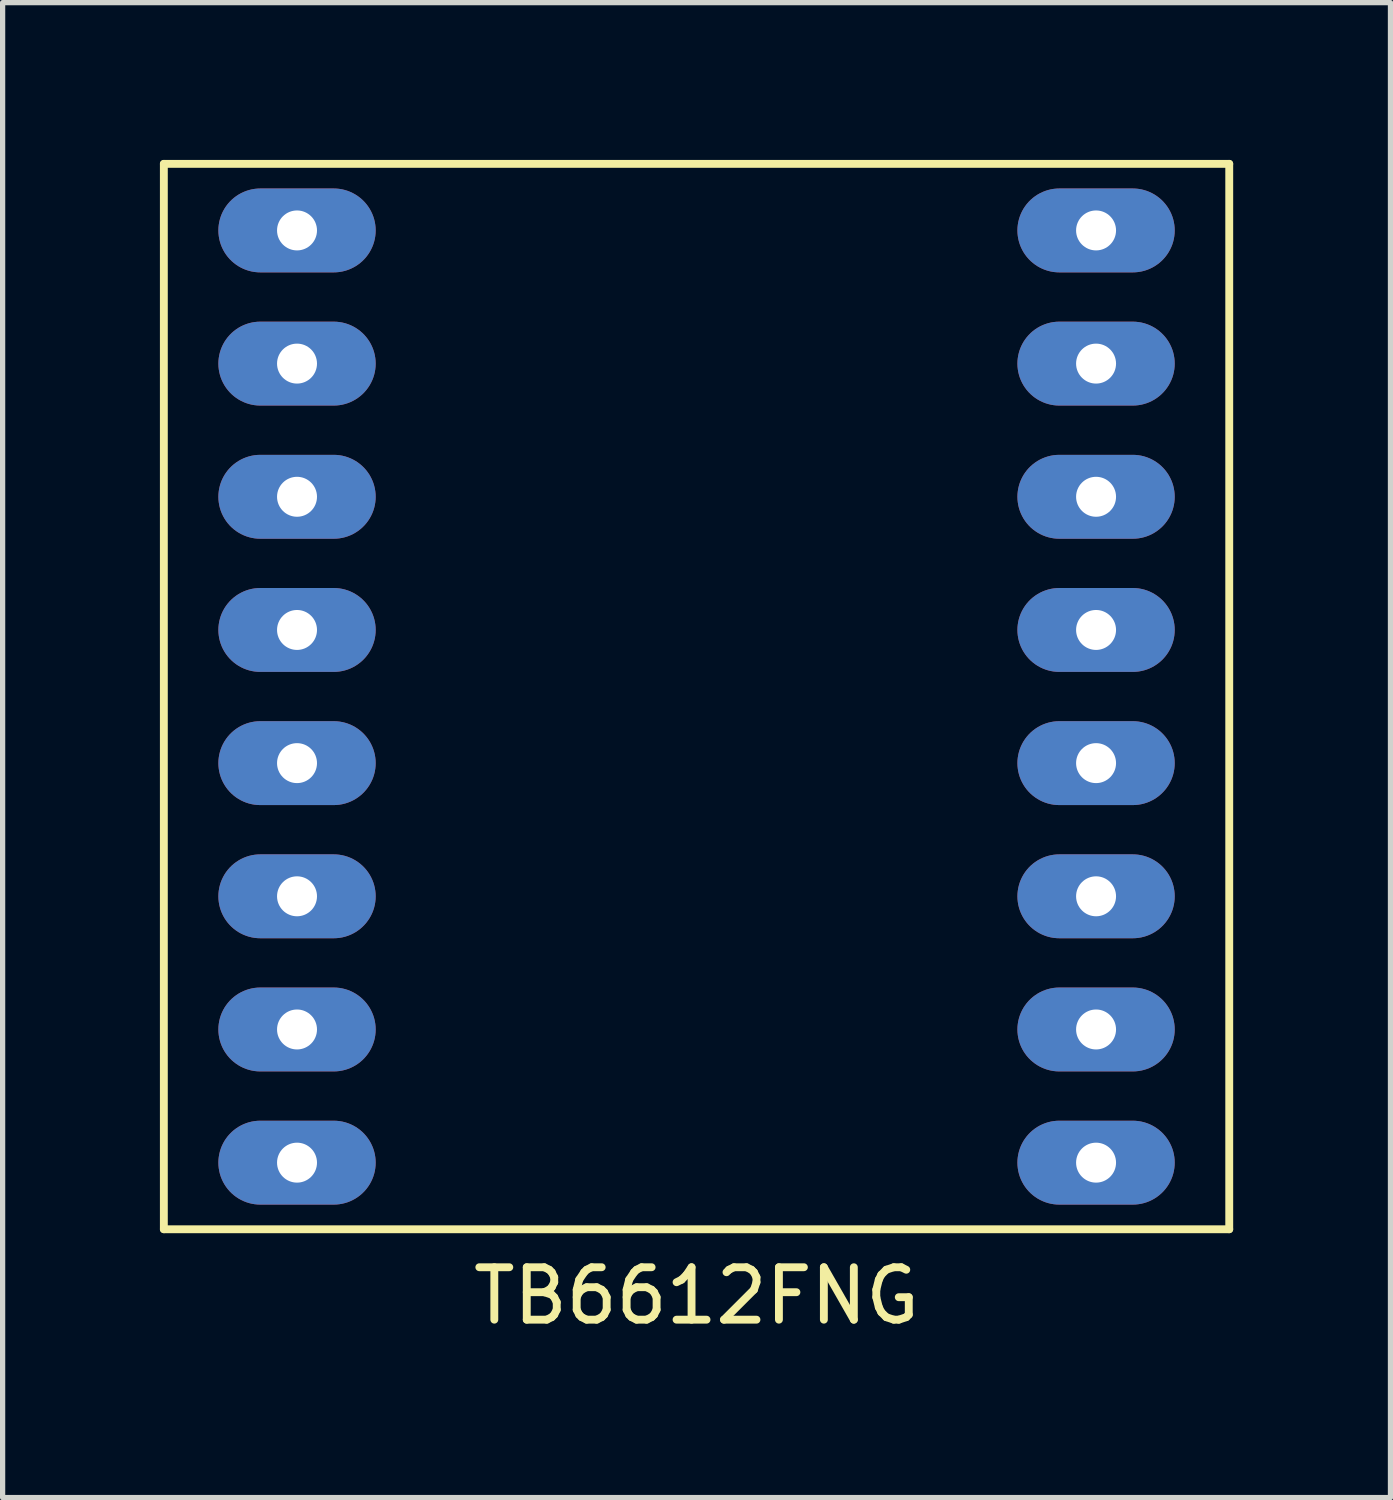
<source format=kicad_pcb>
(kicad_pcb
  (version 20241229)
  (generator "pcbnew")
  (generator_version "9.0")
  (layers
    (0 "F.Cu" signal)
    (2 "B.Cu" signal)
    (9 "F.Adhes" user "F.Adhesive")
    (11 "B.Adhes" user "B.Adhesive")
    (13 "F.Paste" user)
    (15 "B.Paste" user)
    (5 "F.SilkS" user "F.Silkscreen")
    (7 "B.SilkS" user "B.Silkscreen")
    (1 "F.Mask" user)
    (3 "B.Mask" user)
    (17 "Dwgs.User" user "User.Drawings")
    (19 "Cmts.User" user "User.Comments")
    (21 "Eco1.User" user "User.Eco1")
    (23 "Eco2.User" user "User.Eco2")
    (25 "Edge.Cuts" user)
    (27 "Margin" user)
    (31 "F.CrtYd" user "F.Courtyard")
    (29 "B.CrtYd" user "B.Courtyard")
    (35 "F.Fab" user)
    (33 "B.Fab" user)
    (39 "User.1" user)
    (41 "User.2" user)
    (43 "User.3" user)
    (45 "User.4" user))
  (footprint "TB6612FNG"
    (layer "F.Cu")
    (at 10.235 10.235)
    (property "Reference" "TB6612FNG" (at 0 11.43 0) (layer "F.SilkS") (effects (font (size 1 1) (thickness 0.15))))
    (attr through_hole)
    (fp_line (start -10.16 -10.16) (end 10.16 -10.16) (stroke (width 0.15) (type solid)) (layer "F.SilkS"))
    (fp_line (start -10.16 10.16) (end -10.16 -10.16) (stroke (width 0.15) (type solid)) (layer "F.SilkS"))
    (fp_line (start 10.16 -10.16) (end 10.16 10.16) (stroke (width 0.15) (type solid)) (layer "F.SilkS"))
    (fp_line (start 10.16 10.16) (end -10.16 10.16) (stroke (width 0.15) (type solid)) (layer "F.SilkS"))
    (pad "1" thru_hole oval (at -7.62 -8.89) (size 3 1.6) (drill 0.762) (layers "*.Cu" "*.Mask"))
    (pad "2" thru_hole oval (at -7.62 -6.35) (size 3 1.6) (drill 0.762) (layers "*.Cu" "*.Mask"))
    (pad "3" thru_hole oval (at -7.62 -3.81) (size 3 1.6) (drill 0.762) (layers "*.Cu" "*.Mask"))
    (pad "4" thru_hole oval (at -7.62 -1.27) (size 3 1.6) (drill 0.762) (layers "*.Cu" "*.Mask"))
    (pad "5" thru_hole oval (at -7.62 1.27) (size 3 1.6) (drill 0.762) (layers "*.Cu" "*.Mask"))
    (pad "6" thru_hole oval (at -7.62 3.81) (size 3 1.6) (drill 0.762) (layers "*.Cu" "*.Mask"))
    (pad "7" thru_hole oval (at -7.62 6.35) (size 3 1.6) (drill 0.762) (layers "*.Cu" "*.Mask"))
    (pad "8" thru_hole oval (at -7.62 8.89) (size 3 1.6) (drill 0.762) (layers "*.Cu" "*.Mask"))
    (pad "9" thru_hole oval (at 7.62 8.89) (size 3 1.6) (drill 0.762) (layers "*.Cu" "*.Mask"))
    (pad "10" thru_hole oval (at 7.62 6.35) (size 3 1.6) (drill 0.762) (layers "*.Cu" "*.Mask"))
    (pad "11" thru_hole oval (at 7.62 3.81) (size 3 1.6) (drill 0.762) (layers "*.Cu" "*.Mask"))
    (pad "12" thru_hole oval (at 7.62 1.27) (size 3 1.6) (drill 0.762) (layers "*.Cu" "*.Mask"))
    (pad "13" thru_hole oval (at 7.62 -1.27) (size 3 1.6) (drill 0.762) (layers "*.Cu" "*.Mask"))
    (pad "14" thru_hole oval (at 7.62 -3.81) (size 3 1.6) (drill 0.762) (layers "*.Cu" "*.Mask"))
    (pad "15" thru_hole oval (at 7.62 -6.35) (size 3 1.6) (drill 0.762) (layers "*.Cu" "*.Mask"))
    (pad "16" thru_hole oval (at 7.62 -8.89) (size 3 1.6) (drill 0.762) (layers "*.Cu" "*.Mask")))
  (gr_rect
    (start -3 -3)
    (end 23.47 25.513)
    (stroke (width 0.1) (type default))
    (fill no)
    (layer "Edge.Cuts")))
</source>
